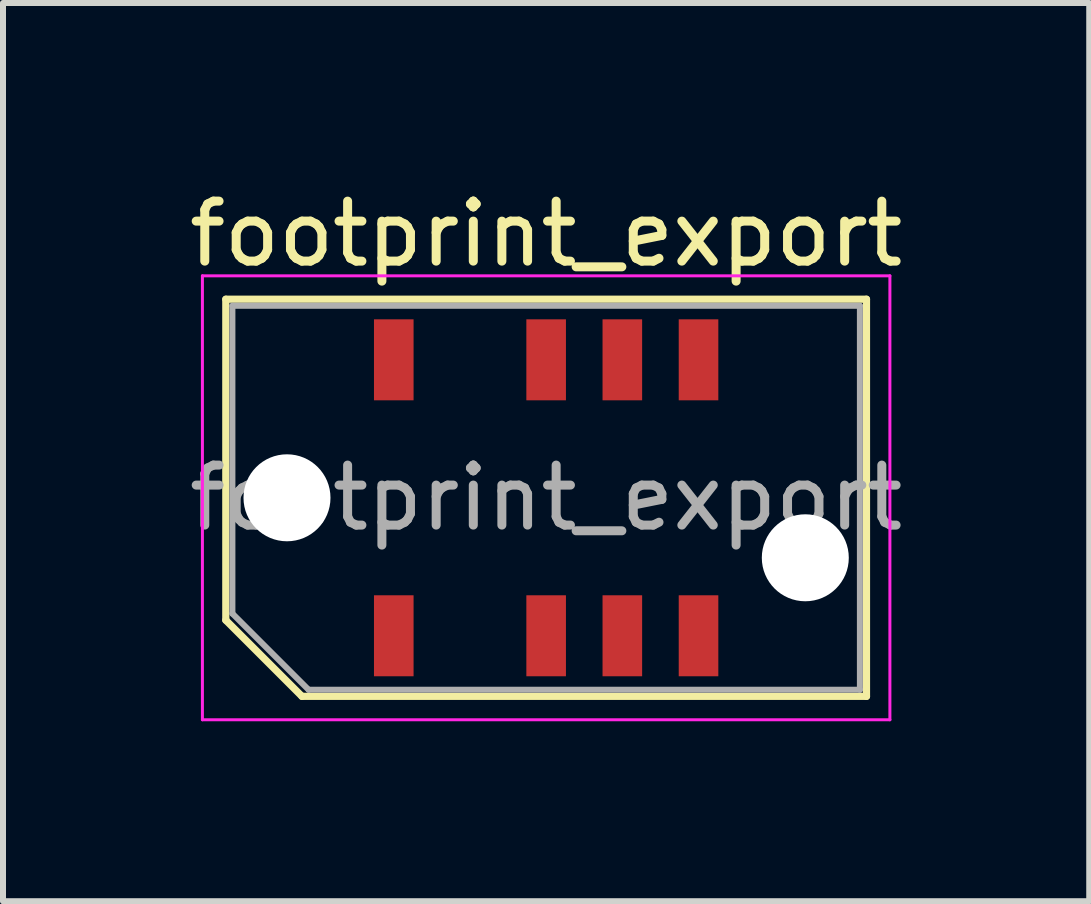
<source format=kicad_pcb>
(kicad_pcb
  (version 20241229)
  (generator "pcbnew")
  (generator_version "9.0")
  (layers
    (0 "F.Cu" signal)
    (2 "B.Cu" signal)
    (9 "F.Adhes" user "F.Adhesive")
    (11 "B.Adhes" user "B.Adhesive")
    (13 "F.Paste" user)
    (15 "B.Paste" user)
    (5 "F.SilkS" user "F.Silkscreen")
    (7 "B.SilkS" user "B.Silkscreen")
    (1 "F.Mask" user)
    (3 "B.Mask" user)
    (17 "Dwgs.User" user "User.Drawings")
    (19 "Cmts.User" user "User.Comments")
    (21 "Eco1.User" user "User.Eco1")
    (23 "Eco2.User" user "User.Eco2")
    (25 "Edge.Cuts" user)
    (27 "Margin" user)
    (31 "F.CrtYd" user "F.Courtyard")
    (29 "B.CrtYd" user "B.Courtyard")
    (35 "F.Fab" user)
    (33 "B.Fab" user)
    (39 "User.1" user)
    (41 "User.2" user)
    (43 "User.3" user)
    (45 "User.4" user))
  (footprint "footprint_export"
    (layer "F.Cu")
    (at 6.054 5.248)
    (property "Reference" "footprint_export" (at 0 -4.4 0) (layer "F.SilkS") (effects (font (size 1 1) (thickness 0.15))))
    (attr smd)
    (fp_line (start -5.34 -3.31) (end 5.34 -3.31) (stroke (width 0.12) (type solid)) (layer "F.SilkS"))
    (fp_line (start -5.34 2.04) (end -5.34 -3.31) (stroke (width 0.12) (type solid)) (layer "F.SilkS"))
    (fp_line (start -4.07 3.31) (end -5.34 2.04) (stroke (width 0.12) (type solid)) (layer "F.SilkS"))
    (fp_line (start -4.07 3.31) (end 5.34 3.31) (stroke (width 0.12) (type solid)) (layer "F.SilkS"))
    (fp_line (start 5.34 3.31) (end 5.34 -3.31) (stroke (width 0.12) (type solid)) (layer "F.SilkS"))
    (fp_line (start -5.73 -3.7) (end -5.73 3.7) (stroke (width 0.05) (type solid)) (layer "F.CrtYd"))
    (fp_line (start -5.73 3.7) (end 5.73 3.7) (stroke (width 0.05) (type solid)) (layer "F.CrtYd"))
    (fp_line (start 5.73 -3.7) (end -5.73 -3.7) (stroke (width 0.05) (type solid)) (layer "F.CrtYd"))
    (fp_line (start 5.73 3.7) (end 5.73 -3.7) (stroke (width 0.05) (type solid)) (layer "F.CrtYd"))
    (fp_line (start -5.23 -3.2) (end 5.23 -3.2) (stroke (width 0.1) (type solid)) (layer "F.Fab"))
    (fp_line (start -5.23 1.93) (end -5.23 -3.2) (stroke (width 0.1) (type solid)) (layer "F.Fab"))
    (fp_line (start -5.23 1.93) (end -3.96 3.2) (stroke (width 0.1) (type solid)) (layer "F.Fab"))
    (fp_line (start -3.96 3.2) (end 5.23 3.2) (stroke (width 0.1) (type solid)) (layer "F.Fab"))
    (fp_line (start 5.23 3.2) (end 5.23 -3.2) (stroke (width 0.1) (type solid)) (layer "F.Fab"))
    (fp_text user "${REFERENCE}" (at 0 0 0) (layer "F.Fab") (effects (font (size 1 1) (thickness 0.15))))
    (pad "" np_thru_hole circle (at -4.32 0) (size 1.45 1.45) (drill 1.45) (layers "*.Cu" "*.Mask"))
    (pad "" np_thru_hole circle (at 4.32 1) (size 1.45 1.45) (drill 1.45) (layers "*.Cu" "*.Mask"))
    (pad "1" smd rect (at -2.54 2.3) (size 0.66 1.35) (layers "F.Cu" "F.Mask" "F.Paste"))
    (pad "2" smd rect (at -2.54 -2.3) (size 0.66 1.35) (layers "F.Cu" "F.Mask" "F.Paste"))
    (pad "5" smd rect (at 0 2.3) (size 0.66 1.35) (layers "F.Cu" "F.Mask" "F.Paste"))
    (pad "6" smd rect (at 0 -2.3) (size 0.66 1.35) (layers "F.Cu" "F.Mask" "F.Paste"))
    (pad "7" smd rect (at 1.27 2.3) (size 0.66 1.35) (layers "F.Cu" "F.Mask" "F.Paste"))
    (pad "8" smd rect (at 1.27 -2.3) (size 0.66 1.35) (layers "F.Cu" "F.Mask" "F.Paste"))
    (pad "9" smd rect (at 2.54 2.3) (size 0.66 1.35) (layers "F.Cu" "F.Mask" "F.Paste"))
    (pad "10" smd rect (at 2.54 -2.3) (size 0.66 1.35) (layers "F.Cu" "F.Mask" "F.Paste")))
  (gr_rect
    (start -3 -3)
    (end 15.107 11.973)
    (stroke (width 0.1) (type default))
    (fill no)
    (layer "Edge.Cuts")))
</source>
